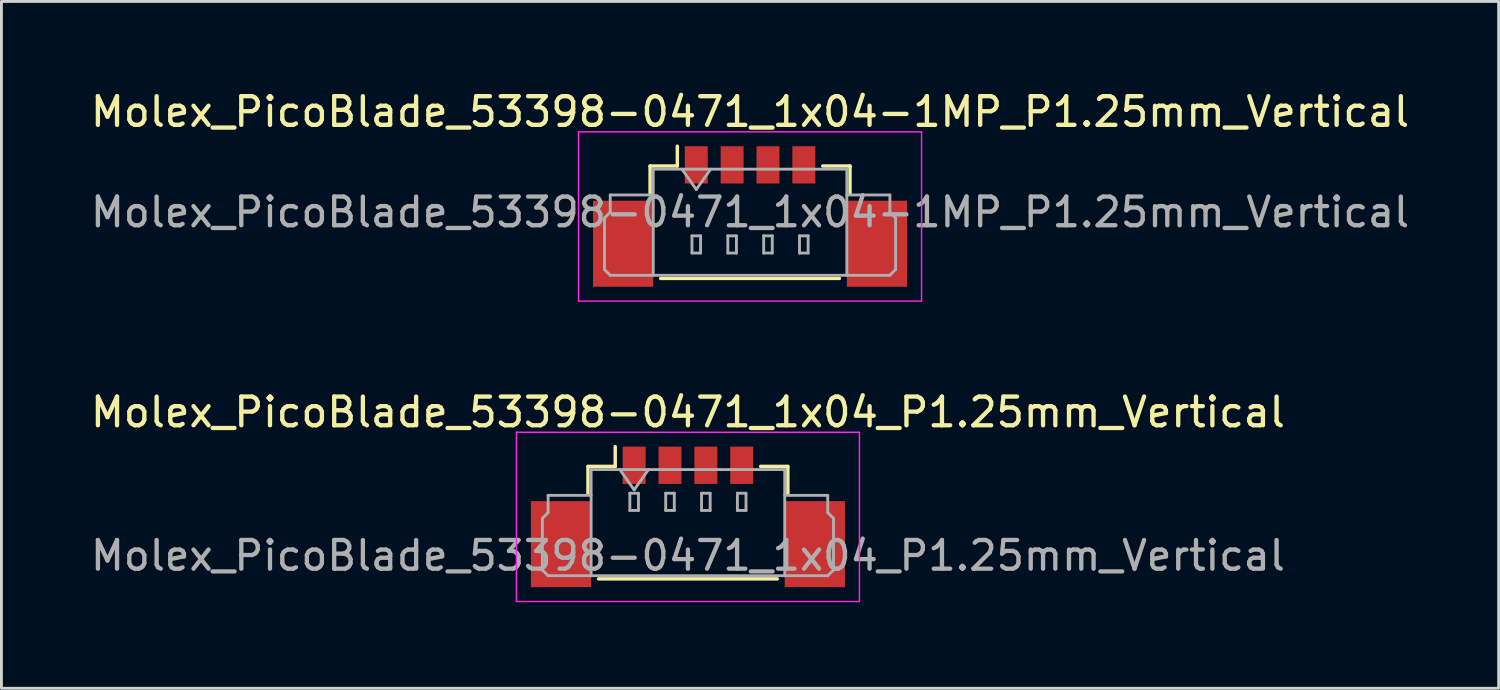
<source format=kicad_pcb>
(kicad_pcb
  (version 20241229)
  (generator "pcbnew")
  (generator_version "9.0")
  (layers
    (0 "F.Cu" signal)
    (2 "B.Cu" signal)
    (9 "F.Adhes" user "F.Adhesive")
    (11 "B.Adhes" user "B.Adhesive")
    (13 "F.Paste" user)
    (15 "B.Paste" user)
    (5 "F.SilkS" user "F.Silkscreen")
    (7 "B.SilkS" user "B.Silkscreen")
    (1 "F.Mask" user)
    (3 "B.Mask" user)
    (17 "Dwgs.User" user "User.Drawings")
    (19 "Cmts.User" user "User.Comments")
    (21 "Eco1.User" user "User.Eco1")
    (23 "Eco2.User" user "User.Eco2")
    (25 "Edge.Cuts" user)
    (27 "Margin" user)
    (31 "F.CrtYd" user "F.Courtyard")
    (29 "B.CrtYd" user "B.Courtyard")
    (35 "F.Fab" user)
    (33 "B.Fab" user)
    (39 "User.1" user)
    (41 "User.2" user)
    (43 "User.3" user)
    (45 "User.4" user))
  (footprint "Molex_PicoBlade_53398-0471_1x04-1MP_P1.25mm_Vertical"
    (layer "F.Cu")
    (at 23.101 3.948)
    (property "Reference" "Molex_PicoBlade_53398-0471_1x04-1MP_P1.25mm_Vertical" (at 0 -3.1 0) (layer "F.SilkS") (effects (font (size 1 1) (thickness 0.15))))
    (attr smd)
    (fp_line (start -3.485 -1.21) (end -2.535 -1.21) (stroke (width 0.12) (type solid)) (layer "F.SilkS"))
    (fp_line (start -3.485 -0.26) (end -3.485 -1.21) (stroke (width 0.12) (type solid)) (layer "F.SilkS"))
    (fp_line (start -3.115 2.71) (end 3.115 2.71) (stroke (width 0.12) (type solid)) (layer "F.SilkS"))
    (fp_line (start -2.535 -1.21) (end -2.535 -1.9) (stroke (width 0.12) (type solid)) (layer "F.SilkS"))
    (fp_line (start 3.485 -1.21) (end 2.535 -1.21) (stroke (width 0.12) (type solid)) (layer "F.SilkS"))
    (fp_line (start 3.485 -0.26) (end 3.485 -1.21) (stroke (width 0.12) (type solid)) (layer "F.SilkS"))
    (fp_line (start -5.98 -2.4) (end -5.98 3.5) (stroke (width 0.05) (type solid)) (layer "F.CrtYd"))
    (fp_line (start -5.98 3.5) (end 5.98 3.5) (stroke (width 0.05) (type solid)) (layer "F.CrtYd"))
    (fp_line (start 5.98 -2.4) (end -5.98 -2.4) (stroke (width 0.05) (type solid)) (layer "F.CrtYd"))
    (fp_line (start 5.98 3.5) (end 5.98 -2.4) (stroke (width 0.05) (type solid)) (layer "F.CrtYd"))
    (fp_line (start -5.075 0.6) (end -4.875 0.4) (stroke (width 0.1) (type solid)) (layer "F.Fab"))
    (fp_line (start -5.075 2.4) (end -5.075 0.6) (stroke (width 0.1) (type solid)) (layer "F.Fab"))
    (fp_line (start -4.875 -0.2) (end -3.375 -0.2) (stroke (width 0.1) (type solid)) (layer "F.Fab"))
    (fp_line (start -4.875 0.4) (end -4.875 -0.2) (stroke (width 0.1) (type solid)) (layer "F.Fab"))
    (fp_line (start -4.875 2.6) (end -5.075 2.4) (stroke (width 0.1) (type solid)) (layer "F.Fab"))
    (fp_line (start -3.375 -1.1) (end -3.375 2.6) (stroke (width 0.1) (type solid)) (layer "F.Fab"))
    (fp_line (start -3.375 -1.1) (end 3.375 -1.1) (stroke (width 0.1) (type solid)) (layer "F.Fab"))
    (fp_line (start -3.375 2.6) (end -4.875 2.6) (stroke (width 0.1) (type solid)) (layer "F.Fab"))
    (fp_line (start -3.375 2.6) (end 3.375 2.6) (stroke (width 0.1) (type solid)) (layer "F.Fab"))
    (fp_line (start -2.375 -1.1) (end -1.875 -0.393) (stroke (width 0.1) (type solid)) (layer "F.Fab"))
    (fp_line (start -2.025 1.225) (end -2.025 1.825) (stroke (width 0.1) (type solid)) (layer "F.Fab"))
    (fp_line (start -2.025 1.825) (end -1.725 1.825) (stroke (width 0.1) (type solid)) (layer "F.Fab"))
    (fp_line (start -1.875 -0.393) (end -1.375 -1.1) (stroke (width 0.1) (type solid)) (layer "F.Fab"))
    (fp_line (start -1.725 1.225) (end -2.025 1.225) (stroke (width 0.1) (type solid)) (layer "F.Fab"))
    (fp_line (start -1.725 1.825) (end -1.725 1.225) (stroke (width 0.1) (type solid)) (layer "F.Fab"))
    (fp_line (start -0.775 1.225) (end -0.775 1.825) (stroke (width 0.1) (type solid)) (layer "F.Fab"))
    (fp_line (start -0.775 1.825) (end -0.475 1.825) (stroke (width 0.1) (type solid)) (layer "F.Fab"))
    (fp_line (start -0.475 1.225) (end -0.775 1.225) (stroke (width 0.1) (type solid)) (layer "F.Fab"))
    (fp_line (start -0.475 1.825) (end -0.475 1.225) (stroke (width 0.1) (type solid)) (layer "F.Fab"))
    (fp_line (start 0.475 1.225) (end 0.475 1.825) (stroke (width 0.1) (type solid)) (layer "F.Fab"))
    (fp_line (start 0.475 1.825) (end 0.775 1.825) (stroke (width 0.1) (type solid)) (layer "F.Fab"))
    (fp_line (start 0.775 1.225) (end 0.475 1.225) (stroke (width 0.1) (type solid)) (layer "F.Fab"))
    (fp_line (start 0.775 1.825) (end 0.775 1.225) (stroke (width 0.1) (type solid)) (layer "F.Fab"))
    (fp_line (start 1.725 1.225) (end 1.725 1.825) (stroke (width 0.1) (type solid)) (layer "F.Fab"))
    (fp_line (start 1.725 1.825) (end 2.025 1.825) (stroke (width 0.1) (type solid)) (layer "F.Fab"))
    (fp_line (start 2.025 1.225) (end 1.725 1.225) (stroke (width 0.1) (type solid)) (layer "F.Fab"))
    (fp_line (start 2.025 1.825) (end 2.025 1.225) (stroke (width 0.1) (type solid)) (layer "F.Fab"))
    (fp_line (start 3.375 -1.1) (end 3.375 2.6) (stroke (width 0.1) (type solid)) (layer "F.Fab"))
    (fp_line (start 3.375 2.6) (end 4.875 2.6) (stroke (width 0.1) (type solid)) (layer "F.Fab"))
    (fp_line (start 4.875 -0.2) (end 3.375 -0.2) (stroke (width 0.1) (type solid)) (layer "F.Fab"))
    (fp_line (start 4.875 0.4) (end 4.875 -0.2) (stroke (width 0.1) (type solid)) (layer "F.Fab"))
    (fp_line (start 4.875 2.6) (end 5.075 2.4) (stroke (width 0.1) (type solid)) (layer "F.Fab"))
    (fp_line (start 5.075 0.6) (end 4.875 0.4) (stroke (width 0.1) (type solid)) (layer "F.Fab"))
    (fp_line (start 5.075 2.4) (end 5.075 0.6) (stroke (width 0.1) (type solid)) (layer "F.Fab"))
    (fp_text user "${REFERENCE}" (at 0 0.4 0) (layer "F.Fab") (effects (font (size 1 1) (thickness 0.15))))
    (pad "1" smd rect (at -1.875 -1.25) (size 0.8 1.3) (layers "F.Cu" "F.Mask" "F.Paste"))
    (pad "2" smd rect (at -0.625 -1.25) (size 0.8 1.3) (layers "F.Cu" "F.Mask" "F.Paste"))
    (pad "3" smd rect (at 0.625 -1.25) (size 0.8 1.3) (layers "F.Cu" "F.Mask" "F.Paste"))
    (pad "4" smd rect (at 1.875 -1.25) (size 0.8 1.3) (layers "F.Cu" "F.Mask" "F.Paste"))
    (pad "MP" smd rect (at -4.425 1.5) (size 2.1 3) (layers "F.Cu" "F.Mask" "F.Paste"))
    (pad "MP" smd rect (at 4.425 1.5) (size 2.1 3) (layers "F.Cu" "F.Mask" "F.Paste")))
  (footprint "Molex_PicoBlade_53398-0471_1x04_P1.25mm_Vertical"
    (layer "F.Cu")
    (at 20.935 14.972)
    (property "Reference" "Molex_PicoBlade_53398-0471_1x04_P1.25mm_Vertical" (at 0 -3.65 0) (layer "F.SilkS") (effects (font (size 1 1) (thickness 0.15))))
    (attr smd)
    (fp_line (start -3.485 -1.76) (end -2.535 -1.76) (stroke (width 0.12) (type solid)) (layer "F.SilkS"))
    (fp_line (start -3.485 -0.81) (end -3.485 -1.76) (stroke (width 0.12) (type solid)) (layer "F.SilkS"))
    (fp_line (start -3.115 2.16) (end 3.115 2.16) (stroke (width 0.12) (type solid)) (layer "F.SilkS"))
    (fp_line (start -2.535 -1.76) (end -2.535 -2.45) (stroke (width 0.12) (type solid)) (layer "F.SilkS"))
    (fp_line (start 3.485 -1.76) (end 2.535 -1.76) (stroke (width 0.12) (type solid)) (layer "F.SilkS"))
    (fp_line (start 3.485 -0.81) (end 3.485 -1.76) (stroke (width 0.12) (type solid)) (layer "F.SilkS"))
    (fp_line (start -5.98 -2.95) (end -5.98 2.95) (stroke (width 0.05) (type solid)) (layer "F.CrtYd"))
    (fp_line (start -5.98 2.95) (end 5.98 2.95) (stroke (width 0.05) (type solid)) (layer "F.CrtYd"))
    (fp_line (start 5.98 -2.95) (end -5.98 -2.95) (stroke (width 0.05) (type solid)) (layer "F.CrtYd"))
    (fp_line (start 5.98 2.95) (end 5.98 -2.95) (stroke (width 0.05) (type solid)) (layer "F.CrtYd"))
    (fp_line (start -5.075 0.05) (end -4.875 -0.15) (stroke (width 0.1) (type solid)) (layer "F.Fab"))
    (fp_line (start -5.075 1.85) (end -5.075 0.05) (stroke (width 0.1) (type solid)) (layer "F.Fab"))
    (fp_line (start -4.875 -0.75) (end -3.375 -0.75) (stroke (width 0.1) (type solid)) (layer "F.Fab"))
    (fp_line (start -4.875 -0.15) (end -4.875 -0.75) (stroke (width 0.1) (type solid)) (layer "F.Fab"))
    (fp_line (start -4.875 2.05) (end -5.075 1.85) (stroke (width 0.1) (type solid)) (layer "F.Fab"))
    (fp_line (start -3.375 -1.65) (end -3.375 2.05) (stroke (width 0.1) (type solid)) (layer "F.Fab"))
    (fp_line (start -3.375 -1.65) (end 3.375 -1.65) (stroke (width 0.1) (type solid)) (layer "F.Fab"))
    (fp_line (start -3.375 2.05) (end -4.875 2.05) (stroke (width 0.1) (type solid)) (layer "F.Fab"))
    (fp_line (start -3.375 2.05) (end 3.375 2.05) (stroke (width 0.1) (type solid)) (layer "F.Fab"))
    (fp_line (start -2.375 -1.65) (end -1.875 -0.943) (stroke (width 0.1) (type solid)) (layer "F.Fab"))
    (fp_line (start -2.025 -0.825) (end -2.025 -0.225) (stroke (width 0.1) (type solid)) (layer "F.Fab"))
    (fp_line (start -2.025 -0.225) (end -1.725 -0.225) (stroke (width 0.1) (type solid)) (layer "F.Fab"))
    (fp_line (start -1.875 -0.943) (end -1.375 -1.65) (stroke (width 0.1) (type solid)) (layer "F.Fab"))
    (fp_line (start -1.725 -0.825) (end -2.025 -0.825) (stroke (width 0.1) (type solid)) (layer "F.Fab"))
    (fp_line (start -1.725 -0.225) (end -1.725 -0.825) (stroke (width 0.1) (type solid)) (layer "F.Fab"))
    (fp_line (start -0.775 -0.825) (end -0.775 -0.225) (stroke (width 0.1) (type solid)) (layer "F.Fab"))
    (fp_line (start -0.775 -0.225) (end -0.475 -0.225) (stroke (width 0.1) (type solid)) (layer "F.Fab"))
    (fp_line (start -0.475 -0.825) (end -0.775 -0.825) (stroke (width 0.1) (type solid)) (layer "F.Fab"))
    (fp_line (start -0.475 -0.225) (end -0.475 -0.825) (stroke (width 0.1) (type solid)) (layer "F.Fab"))
    (fp_line (start 0.475 -0.825) (end 0.475 -0.225) (stroke (width 0.1) (type solid)) (layer "F.Fab"))
    (fp_line (start 0.475 -0.225) (end 0.775 -0.225) (stroke (width 0.1) (type solid)) (layer "F.Fab"))
    (fp_line (start 0.775 -0.825) (end 0.475 -0.825) (stroke (width 0.1) (type solid)) (layer "F.Fab"))
    (fp_line (start 0.775 -0.225) (end 0.775 -0.825) (stroke (width 0.1) (type solid)) (layer "F.Fab"))
    (fp_line (start 1.725 -0.825) (end 1.725 -0.225) (stroke (width 0.1) (type solid)) (layer "F.Fab"))
    (fp_line (start 1.725 -0.225) (end 2.025 -0.225) (stroke (width 0.1) (type solid)) (layer "F.Fab"))
    (fp_line (start 2.025 -0.825) (end 1.725 -0.825) (stroke (width 0.1) (type solid)) (layer "F.Fab"))
    (fp_line (start 2.025 -0.225) (end 2.025 -0.825) (stroke (width 0.1) (type solid)) (layer "F.Fab"))
    (fp_line (start 3.375 -1.65) (end 3.375 2.05) (stroke (width 0.1) (type solid)) (layer "F.Fab"))
    (fp_line (start 3.375 2.05) (end 4.875 2.05) (stroke (width 0.1) (type solid)) (layer "F.Fab"))
    (fp_line (start 4.875 -0.75) (end 3.375 -0.75) (stroke (width 0.1) (type solid)) (layer "F.Fab"))
    (fp_line (start 4.875 -0.15) (end 4.875 -0.75) (stroke (width 0.1) (type solid)) (layer "F.Fab"))
    (fp_line (start 4.875 2.05) (end 5.075 1.85) (stroke (width 0.1) (type solid)) (layer "F.Fab"))
    (fp_line (start 5.075 0.05) (end 4.875 -0.15) (stroke (width 0.1) (type solid)) (layer "F.Fab"))
    (fp_line (start 5.075 1.85) (end 5.075 0.05) (stroke (width 0.1) (type solid)) (layer "F.Fab"))
    (fp_text user "${REFERENCE}" (at 0 1.35 0) (layer "F.Fab") (effects (font (size 1 1) (thickness 0.15))))
    (pad "" smd rect (at -4.425 0.95) (size 2.1 3) (layers "F.Cu" "F.Mask" "F.Paste"))
    (pad "" smd rect (at 4.425 0.95) (size 2.1 3) (layers "F.Cu" "F.Mask" "F.Paste"))
    (pad "1" smd rect (at -1.875 -1.8) (size 0.8 1.3) (layers "F.Cu" "F.Mask" "F.Paste"))
    (pad "2" smd rect (at -0.625 -1.8) (size 0.8 1.3) (layers "F.Cu" "F.Mask" "F.Paste"))
    (pad "3" smd rect (at 0.625 -1.8) (size 0.8 1.3) (layers "F.Cu" "F.Mask" "F.Paste"))
    (pad "4" smd rect (at 1.875 -1.8) (size 0.8 1.3) (layers "F.Cu" "F.Mask" "F.Paste")))
  (gr_rect
    (start -3 -3)
    (end 49.202 20.947)
    (stroke (width 0.1) (type default))
    (fill no)
    (layer "Edge.Cuts")))
</source>
